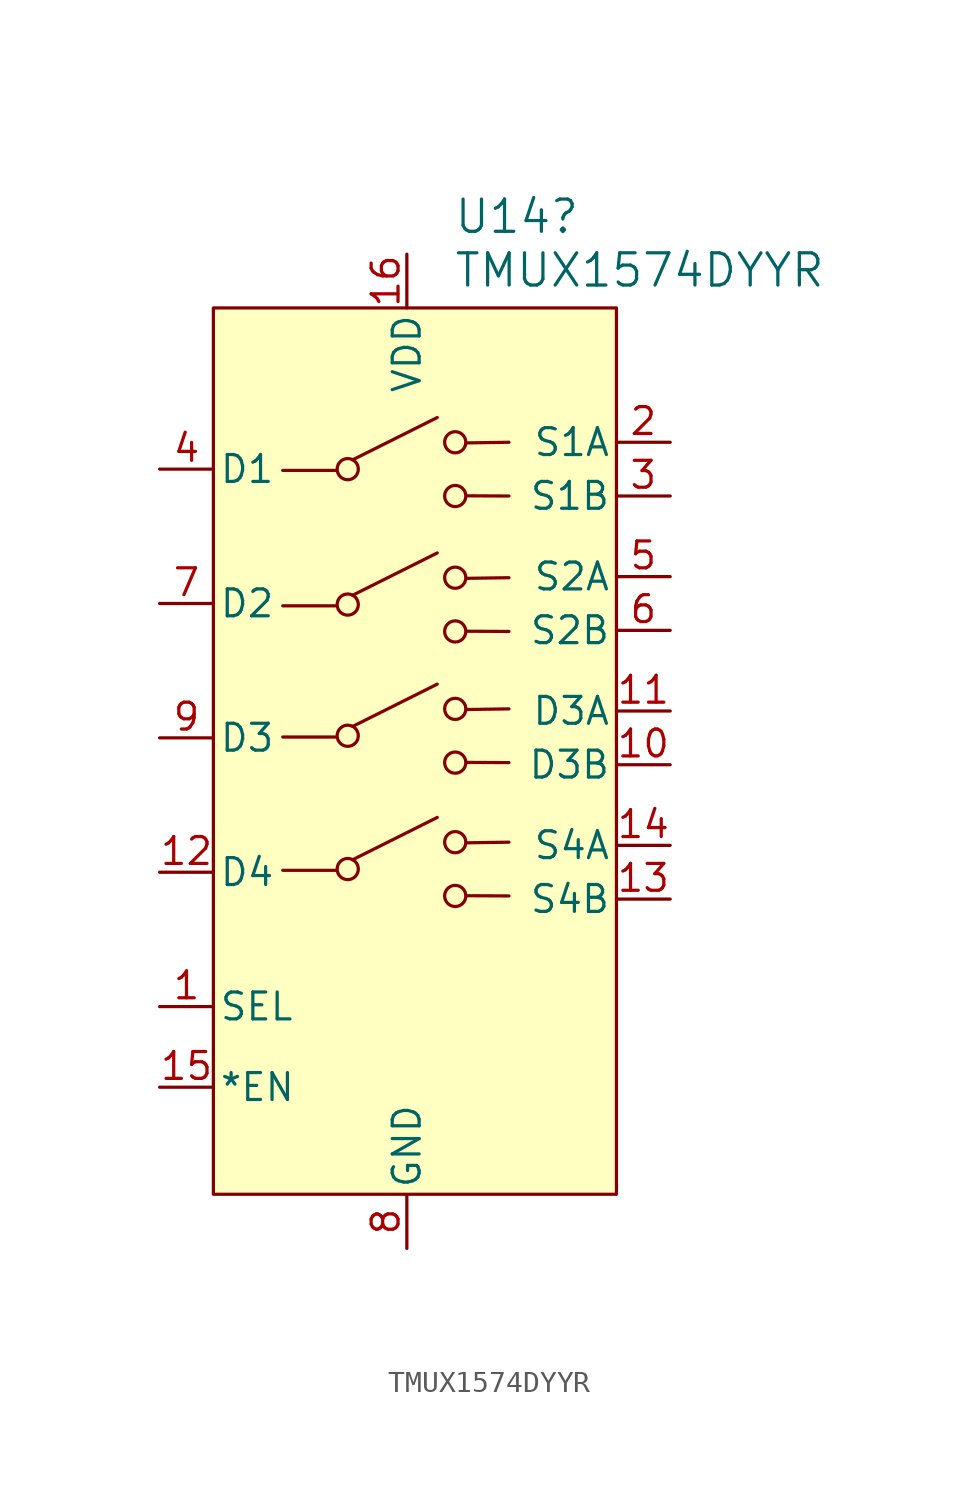
<source format=kicad_sym>
(kicad_symbol_lib
  (version 20231120)
  (generator "kicad_symbol_editor")
  (generator_version "8.0")
  (symbol "TMUX1574DYYR"
    (pin_names
      (offset 0.254))
    (property "Reference" "U14"
      (at 4.48 8.128 0)
      (effects (font (size 1.524 1.524)) (justify left)))
    (property "Value" "TMUX1574DYYR"
      (at 4.48 5.588 0)
      (effects (font (size 1.524 1.524)) (justify left)))
    (symbol "TMUX1574DYYR_1_1"
      (rectangle (start -6.858 3.81) (end 12.192 -38.08) (stroke (width 0) (type default)) (fill (type background)))
      (circle (center -0.508 -22.71) (radius 0.5) (stroke (width 0) (type default) (color 132 0 0 1)) (fill (type background)))
      (circle (center -0.508 -16.41) (radius 0.5) (stroke (width 0) (type default) (color 132 0 0 1)) (fill (type background)))
      (circle (center -0.508 -10.21) (radius 0.5) (stroke (width 0) (type default) (color 132 0 0 1)) (fill (type background)))
      (circle (center -0.508 -3.81) (radius 0.5) (stroke (width 0) (type default) (color 132 0 0 1)) (fill (type background)))
      (polyline (pts (xy -3.578 -22.77) (xy -1.078 -22.77)) (stroke (width 0) (type default)) (fill (type none)))
      (polyline (pts (xy -3.578 -16.47) (xy -1.078 -16.47)) (stroke (width 0) (type default)) (fill (type none)))
      (polyline (pts (xy -3.578 -10.27) (xy -1.078 -10.27)) (stroke (width 0) (type default)) (fill (type none)))
      (polyline (pts (xy -3.578 -3.87) (xy -1.078 -3.87)) (stroke (width 0) (type default)) (fill (type none)))
      (polyline (pts (xy -0.278 -22.27) (xy 3.722 -20.27)) (stroke (width 0) (type default)) (fill (type none)))
      (polyline (pts (xy -0.278 -15.97) (xy 3.722 -13.97)) (stroke (width 0) (type default)) (fill (type none)))
      (polyline (pts (xy -0.278 -9.77) (xy 3.722 -7.77)) (stroke (width 0) (type default)) (fill (type none)))
      (polyline (pts (xy -0.278 -3.37) (xy 3.722 -1.37)) (stroke (width 0) (type default)) (fill (type none)))
      (polyline (pts (xy 5.122 -23.97) (xy 7.112 -23.98)) (stroke (width 0) (type default)) (fill (type none)))
      (polyline (pts (xy 5.122 -21.47) (xy 7.112 -21.44)) (stroke (width 0) (type default)) (fill (type none)))
      (polyline (pts (xy 5.122 -17.67) (xy 7.112 -17.68)) (stroke (width 0) (type default)) (fill (type none)))
      (polyline (pts (xy 5.122 -15.17) (xy 7.112 -15.14)) (stroke (width 0) (type default)) (fill (type none)))
      (polyline (pts (xy 5.122 -11.47) (xy 7.112 -11.48)) (stroke (width 0) (type default)) (fill (type none)))
      (polyline (pts (xy 5.122 -8.97) (xy 7.112 -8.94)) (stroke (width 0) (type default)) (fill (type none)))
      (polyline (pts (xy 5.122 -5.07) (xy 7.112 -5.08)) (stroke (width 0) (type default)) (fill (type none)))
      (polyline (pts (xy 5.122 -2.57) (xy 7.112 -2.54)) (stroke (width 0) (type default)) (fill (type none)))
      (circle (center 4.572 -23.98) (radius 0.5) (stroke (width 0) (type default) (color 132 0 0 1)) (fill (type background)))
      (circle (center 4.572 -21.44) (radius 0.5) (stroke (width 0) (type default) (color 132 0 0 1)) (fill (type background)))
      (circle (center 4.572 -17.68) (radius 0.5) (stroke (width 0) (type default) (color 132 0 0 1)) (fill (type background)))
      (circle (center 4.572 -15.14) (radius 0.5) (stroke (width 0) (type default) (color 132 0 0 1)) (fill (type background)))
      (circle (center 4.572 -11.48) (radius 0.5) (stroke (width 0) (type default) (color 132 0 0 1)) (fill (type background)))
      (circle (center 4.572 -8.94) (radius 0.5) (stroke (width 0) (type default) (color 132 0 0 1)) (fill (type background)))
      (circle (center 4.572 -5.08) (radius 0.5) (stroke (width 0) (type default) (color 132 0 0 1)) (fill (type background)))
      (circle (center 4.572 -2.54) (radius 0.5) (stroke (width 0) (type default) (color 132 0 0 1)) (fill (type background)))
      (pin input line (at -9.398 -29.21 0) (length 2.54) (name "SEL" (effects (font (size 1.27 1.27)))) (number "1" (effects (font (size 1.27 1.27)))))
      (pin bidirectional line (at 14.732 -17.78 180) (length 2.54) (name "D3B" (effects (font (size 1.27 1.27)))) (number "10" (effects (font (size 1.27 1.27)))))
      (pin bidirectional line (at 14.732 -15.24 180) (length 2.54) (name "D3A" (effects (font (size 1.27 1.27)))) (number "11" (effects (font (size 1.27 1.27)))))
      (pin bidirectional line (at -9.398 -22.86 0) (length 2.54) (name "D4" (effects (font (size 1.27 1.27)))) (number "12" (effects (font (size 1.27 1.27)))))
      (pin bidirectional line (at 14.732 -24.13 180) (length 2.54) (name "S4B" (effects (font (size 1.27 1.27)))) (number "13" (effects (font (size 1.27 1.27)))))
      (pin bidirectional line (at 14.732 -21.59 180) (length 2.54) (name "S4A" (effects (font (size 1.27 1.27)))) (number "14" (effects (font (size 1.27 1.27)))))
      (pin input line (at -9.398 -33.02 0) (length 2.54) (name "*EN" (effects (font (size 1.27 1.27)))) (number "15" (effects (font (size 1.27 1.27)))))
      (pin power_in line (at 2.286 6.35 270) (length 2.54) (name "VDD" (effects (font (size 1.27 1.27)))) (number "16" (effects (font (size 1.27 1.27)))))
      (pin bidirectional line (at 14.732 -2.54 180) (length 2.54) (name "S1A" (effects (font (size 1.27 1.27)))) (number "2" (effects (font (size 1.27 1.27)))))
      (pin bidirectional line (at 14.732 -5.08 180) (length 2.54) (name "S1B" (effects (font (size 1.27 1.27)))) (number "3" (effects (font (size 1.27 1.27)))))
      (pin bidirectional line (at -9.398 -3.81 0) (length 2.54) (name "D1" (effects (font (size 1.27 1.27)))) (number "4" (effects (font (size 1.27 1.27)))))
      (pin bidirectional line (at 14.732 -8.89 180) (length 2.54) (name "S2A" (effects (font (size 1.27 1.27)))) (number "5" (effects (font (size 1.27 1.27)))))
      (pin bidirectional line (at 14.732 -11.43 180) (length 2.54) (name "S2B" (effects (font (size 1.27 1.27)))) (number "6" (effects (font (size 1.27 1.27)))))
      (pin bidirectional line (at -9.398 -10.16 0) (length 2.54) (name "D2" (effects (font (size 1.27 1.27)))) (number "7" (effects (font (size 1.27 1.27)))))
      (pin unspecified line (at 2.286 -40.64 90) (length 2.54) (name "GND" (effects (font (size 1.27 1.27)))) (number "8" (effects (font (size 1.27 1.27)))))
      (pin bidirectional line (at -9.398 -16.51 0) (length 2.54) (name "D3" (effects (font (size 1.27 1.27)))) (number "9" (effects (font (size 1.27 1.27))))))))
</source>
